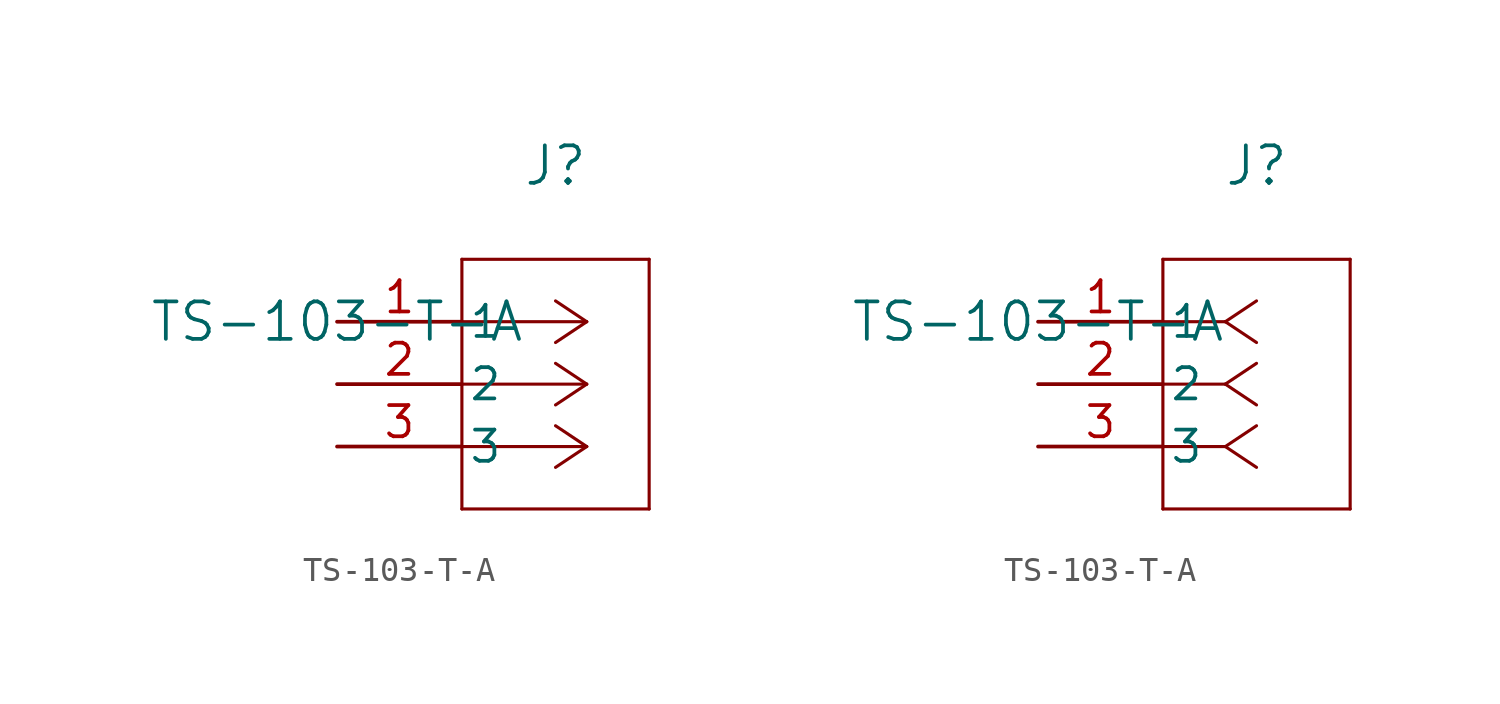
<source format=kicad_sym>
(kicad_symbol_lib
  (version 20211014)
  (generator kicad_symbol_editor)
  (symbol "TS-103-T-A"
    (pin_names
      (offset 0.254))
    (property "Reference" "J"
      (at 8.89 6.35 0)
      (effects (font (size 1.524 1.524))))
    (property "Value" "TS-103-T-A"
      (at 0 0 0)
      (effects (font (size 1.524 1.524))))
    (symbol "TS-103-T-A_1_1"
      (polyline (pts (xy 10.16 0) (xy 5.08 0)) (stroke (width 0.127) (type default) (color 0 0 0 0)) (fill (type none)))
      (polyline (pts (xy 10.16 -2.54) (xy 5.08 -2.54)) (stroke (width 0.127) (type default) (color 0 0 0 0)) (fill (type none)))
      (polyline (pts (xy 10.16 -5.08) (xy 5.08 -5.08)) (stroke (width 0.127) (type default) (color 0 0 0 0)) (fill (type none)))
      (polyline (pts (xy 10.16 0) (xy 8.89 0.847)) (stroke (width 0.127) (type default) (color 0 0 0 0)) (fill (type none)))
      (polyline (pts (xy 10.16 -2.54) (xy 8.89 -1.693)) (stroke (width 0.127) (type default) (color 0 0 0 0)) (fill (type none)))
      (polyline (pts (xy 10.16 -5.08) (xy 8.89 -4.233)) (stroke (width 0.127) (type default) (color 0 0 0 0)) (fill (type none)))
      (polyline (pts (xy 10.16 0) (xy 8.89 -0.847)) (stroke (width 0.127) (type default) (color 0 0 0 0)) (fill (type none)))
      (polyline (pts (xy 10.16 -2.54) (xy 8.89 -3.387)) (stroke (width 0.127) (type default) (color 0 0 0 0)) (fill (type none)))
      (polyline (pts (xy 10.16 -5.08) (xy 8.89 -5.927)) (stroke (width 0.127) (type default) (color 0 0 0 0)) (fill (type none)))
      (polyline (pts (xy 5.08 2.54) (xy 5.08 -7.62)) (stroke (width 0.127) (type default) (color 0 0 0 0)) (fill (type none)))
      (polyline (pts (xy 5.08 -7.62) (xy 12.7 -7.62)) (stroke (width 0.127) (type default) (color 0 0 0 0)) (fill (type none)))
      (polyline (pts (xy 12.7 -7.62) (xy 12.7 2.54)) (stroke (width 0.127) (type default) (color 0 0 0 0)) (fill (type none)))
      (polyline (pts (xy 12.7 2.54) (xy 5.08 2.54)) (stroke (width 0.127) (type default) (color 0 0 0 0)) (fill (type none)))
      (pin unspecified line (at 0 0 0) (length 5.08) (name "1" (effects (font (size 1.27 1.27)))) (number "1" (effects (font (size 1.27 1.27)))))
      (pin unspecified line (at 0 -2.54 0) (length 5.08) (name "2" (effects (font (size 1.27 1.27)))) (number "2" (effects (font (size 1.27 1.27)))))
      (pin unspecified line (at 0 -5.08 0) (length 5.08) (name "3" (effects (font (size 1.27 1.27)))) (number "3" (effects (font (size 1.27 1.27))))))
    (symbol "TS-103-T-A_1_2"
      (polyline (pts (xy 7.62 0) (xy 5.08 0)) (stroke (width 0.127) (type default) (color 0 0 0 0)) (fill (type none)))
      (polyline (pts (xy 7.62 -2.54) (xy 5.08 -2.54)) (stroke (width 0.127) (type default) (color 0 0 0 0)) (fill (type none)))
      (polyline (pts (xy 7.62 -5.08) (xy 5.08 -5.08)) (stroke (width 0.127) (type default) (color 0 0 0 0)) (fill (type none)))
      (polyline (pts (xy 7.62 0) (xy 8.89 0.847)) (stroke (width 0.127) (type default) (color 0 0 0 0)) (fill (type none)))
      (polyline (pts (xy 7.62 -2.54) (xy 8.89 -1.693)) (stroke (width 0.127) (type default) (color 0 0 0 0)) (fill (type none)))
      (polyline (pts (xy 7.62 -5.08) (xy 8.89 -4.233)) (stroke (width 0.127) (type default) (color 0 0 0 0)) (fill (type none)))
      (polyline (pts (xy 7.62 0) (xy 8.89 -0.847)) (stroke (width 0.127) (type default) (color 0 0 0 0)) (fill (type none)))
      (polyline (pts (xy 7.62 -2.54) (xy 8.89 -3.387)) (stroke (width 0.127) (type default) (color 0 0 0 0)) (fill (type none)))
      (polyline (pts (xy 7.62 -5.08) (xy 8.89 -5.927)) (stroke (width 0.127) (type default) (color 0 0 0 0)) (fill (type none)))
      (polyline (pts (xy 5.08 2.54) (xy 5.08 -7.62)) (stroke (width 0.127) (type default) (color 0 0 0 0)) (fill (type none)))
      (polyline (pts (xy 5.08 -7.62) (xy 12.7 -7.62)) (stroke (width 0.127) (type default) (color 0 0 0 0)) (fill (type none)))
      (polyline (pts (xy 12.7 -7.62) (xy 12.7 2.54)) (stroke (width 0.127) (type default) (color 0 0 0 0)) (fill (type none)))
      (polyline (pts (xy 12.7 2.54) (xy 5.08 2.54)) (stroke (width 0.127) (type default) (color 0 0 0 0)) (fill (type none)))
      (pin unspecified line (at 0 0 0) (length 5.08) (name "1" (effects (font (size 1.27 1.27)))) (number "1" (effects (font (size 1.27 1.27)))))
      (pin unspecified line (at 0 -2.54 0) (length 5.08) (name "2" (effects (font (size 1.27 1.27)))) (number "2" (effects (font (size 1.27 1.27)))))
      (pin unspecified line (at 0 -5.08 0) (length 5.08) (name "3" (effects (font (size 1.27 1.27)))) (number "3" (effects (font (size 1.27 1.27))))))))
</source>
